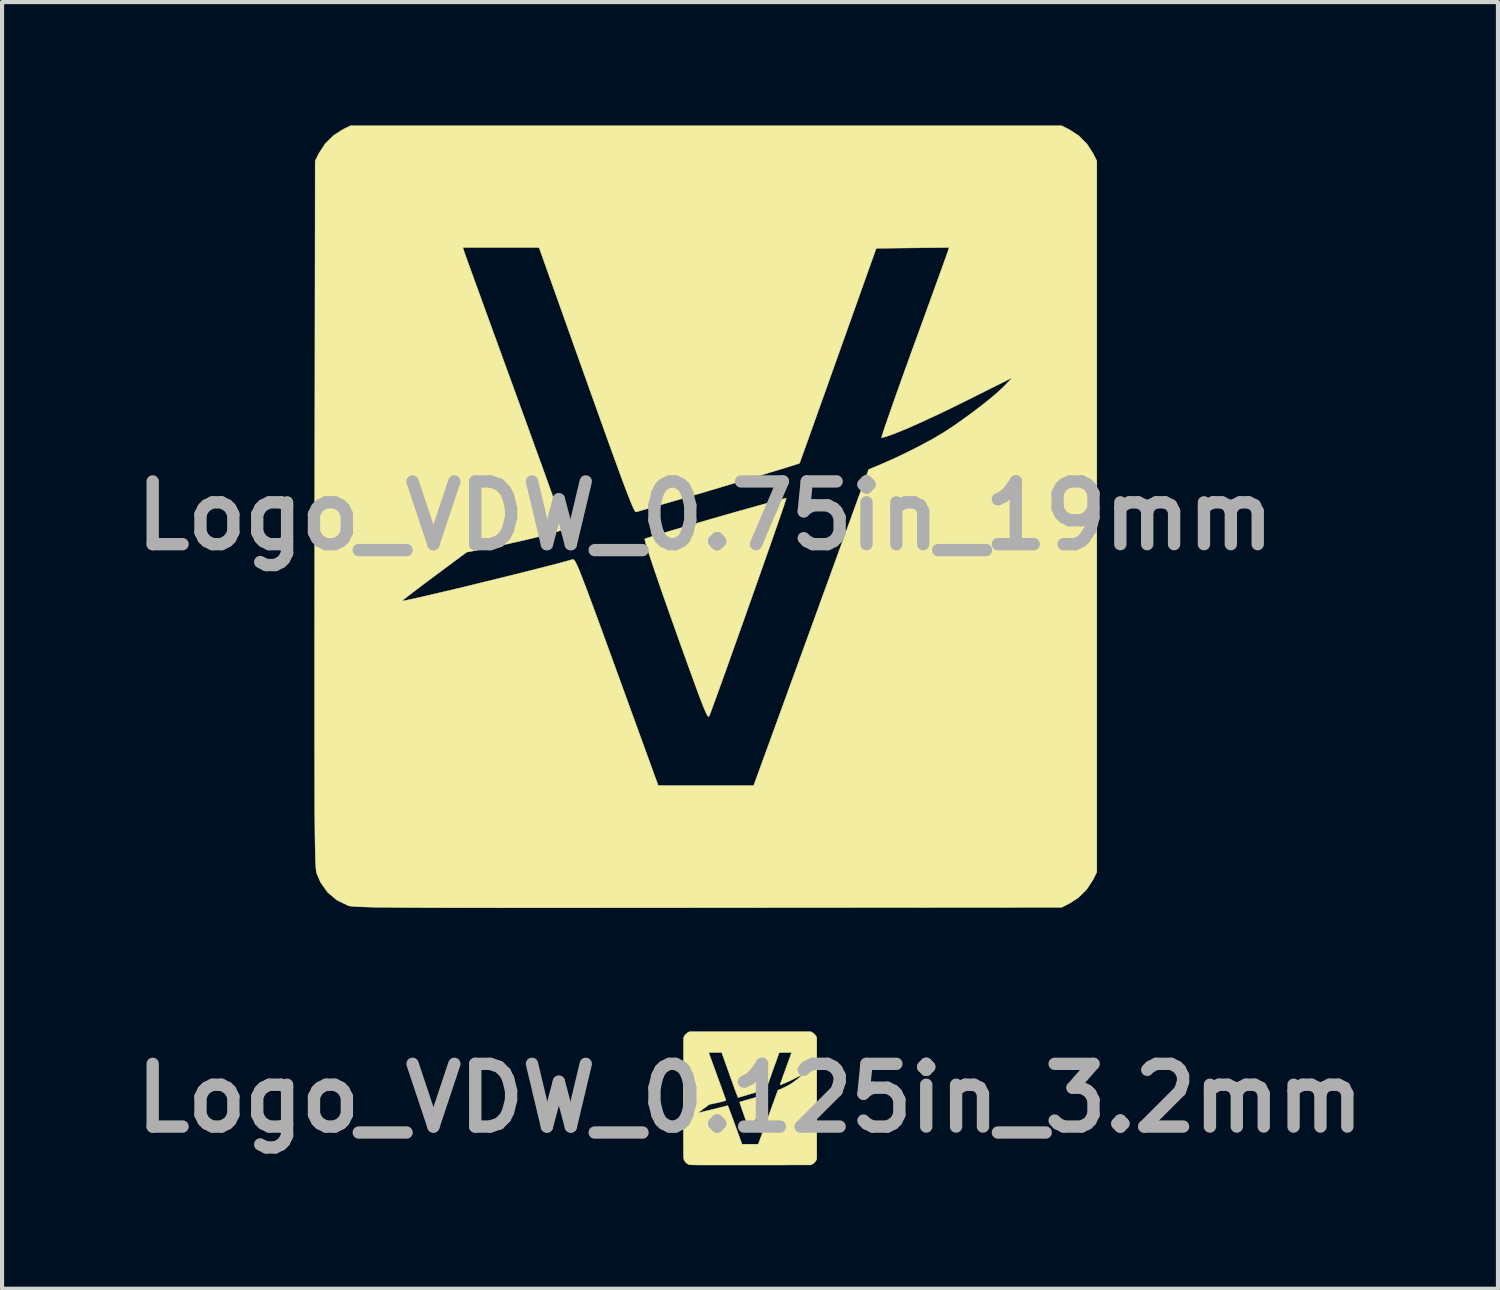
<source format=kicad_pcb>
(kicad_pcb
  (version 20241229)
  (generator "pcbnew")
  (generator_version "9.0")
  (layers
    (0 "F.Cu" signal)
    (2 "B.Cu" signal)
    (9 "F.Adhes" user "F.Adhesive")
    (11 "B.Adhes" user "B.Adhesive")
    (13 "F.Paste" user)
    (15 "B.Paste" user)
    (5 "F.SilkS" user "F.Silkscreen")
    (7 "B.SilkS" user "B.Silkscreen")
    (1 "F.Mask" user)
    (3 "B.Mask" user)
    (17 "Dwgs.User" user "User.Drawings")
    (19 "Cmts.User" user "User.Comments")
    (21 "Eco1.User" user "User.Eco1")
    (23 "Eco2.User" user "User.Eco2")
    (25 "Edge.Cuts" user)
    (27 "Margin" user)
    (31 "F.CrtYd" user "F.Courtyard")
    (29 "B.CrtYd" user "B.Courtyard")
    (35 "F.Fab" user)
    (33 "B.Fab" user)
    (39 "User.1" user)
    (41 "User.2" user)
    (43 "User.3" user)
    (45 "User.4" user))
  (footprint "Logo_VDW_0.75in_19mm"
    (layer "F.Cu")
    (at 14.086 9.483)
    (property "Reference" "Logo_VDW_0.75in_19mm" (at 0 0 0) (layer "F.Fab") (effects (font (size 1.524 1.524) (thickness 0.3))))
    (attr through_hole)
    (fp_poly (pts (xy 1.96 -0.389) (xy 1.927 -0.29) (xy 1.874 -0.133) (xy 1.803 0.074) (xy 1.716 0.324) (xy 1.616 0.612) (xy 1.504 0.929) (xy 1.384 1.271) (xy 1.257 1.63) (xy 1.127 2) (xy 0.995 2.373) (xy 0.863 2.744) (xy 0.734 3.106) (xy 0.611 3.451) (xy 0.496 3.775) (xy 0.39 4.069) (xy 0.297 4.327) (xy 0.218 4.543) (xy 0.157 4.711) (xy 0.115 4.822) (xy 0.095 4.87) (xy 0.084 4.881) (xy 0.068 4.872) (xy 0.046 4.84) (xy 0.015 4.778) (xy -0.026 4.683) (xy -0.079 4.55) (xy -0.147 4.374) (xy -0.229 4.151) (xy -0.33 3.875) (xy -0.45 3.542) (xy -0.592 3.148) (xy -0.725 2.774) (xy -0.88 2.338) (xy -1.02 1.94) (xy -1.143 1.584) (xy -1.249 1.274) (xy -1.336 1.014) (xy -1.403 0.809) (xy -1.447 0.663) (xy -1.468 0.58) (xy -1.468 0.562) (xy -1.427 0.546) (xy -1.323 0.512) (xy -1.165 0.463) (xy -0.961 0.402) (xy -0.72 0.331) (xy -0.451 0.252) (xy -0.162 0.168) (xy 0.139 0.081) (xy 0.443 -0.007) (xy 0.742 -0.092) (xy 1.027 -0.172) (xy 1.289 -0.246) (xy 1.521 -0.31) (xy 1.713 -0.363) (xy 1.858 -0.401) (xy 1.946 -0.422) (xy 1.97 -0.425) (xy 1.96 -0.389)) (stroke (width 0.01) (type solid)) (fill yes) (layer "F.SilkS"))
    (fp_poly (pts (xy 8.845 -9.386) (xy 9.08 -9.233) (xy 9.283 -9.027) (xy 9.423 -8.808) (xy 9.516 -8.622) (xy 9.516 8.659) (xy 9.423 8.845) (xy 9.27 9.08) (xy 9.064 9.283) (xy 8.845 9.423) (xy 8.659 9.516) (xy 0.074 9.523) (xy -0.875 9.524) (xy -1.753 9.525) (xy -2.563 9.525) (xy -3.306 9.526) (xy -3.986 9.526) (xy -4.606 9.526) (xy -5.168 9.525) (xy -5.676 9.525) (xy -6.132 9.524) (xy -6.539 9.523) (xy -6.9 9.522) (xy -7.218 9.52) (xy -7.495 9.518) (xy -7.735 9.515) (xy -7.939 9.513) (xy -8.112 9.51) (xy -8.256 9.506) (xy -8.374 9.502) (xy -8.468 9.498) (xy -8.541 9.493) (xy -8.597 9.488) (xy -8.638 9.482) (xy -8.666 9.476) (xy -8.678 9.472) (xy -8.949 9.34) (xy -9.174 9.151) (xy -9.345 8.912) (xy -9.439 8.694) (xy -9.445 8.669) (xy -9.452 8.634) (xy -9.457 8.587) (xy -9.462 8.524) (xy -9.467 8.443) (xy -9.471 8.341) (xy -9.475 8.215) (xy -9.478 8.062) (xy -9.481 7.879) (xy -9.484 7.663) (xy -9.486 7.413) (xy -9.488 7.124) (xy -9.489 6.793) (xy -9.49 6.419) (xy -9.491 5.998) (xy -9.492 5.528) (xy -9.492 5.005) (xy -9.492 4.426) (xy -9.492 3.789) (xy -9.492 3.091) (xy -9.491 2.329) (xy -9.491 2.069) (xy -7.366 2.069) (xy -7.326 2.065) (xy -7.222 2.045) (xy -7.061 2.01) (xy -6.852 1.963) (xy -6.601 1.904) (xy -6.317 1.838) (xy -6.007 1.764) (xy -5.68 1.685) (xy -5.342 1.602) (xy -5.002 1.519) (xy -4.668 1.436) (xy -4.347 1.356) (xy -4.048 1.28) (xy -3.777 1.211) (xy -3.543 1.15) (xy -3.353 1.098) (xy -3.221 1.061) (xy -3.206 1.061) (xy -3.188 1.073) (xy -3.167 1.101) (xy -3.139 1.15) (xy -3.104 1.223) (xy -3.06 1.327) (xy -3.005 1.464) (xy -2.937 1.64) (xy -2.854 1.859) (xy -2.755 2.125) (xy -2.638 2.443) (xy -2.5 2.818) (xy -2.342 3.253) (xy -2.16 3.754) (xy -2.144 3.797) (xy -1.142 6.555) (xy 1.178 6.555) (xy 2.575 2.715) (xy 3.971 -1.124) (xy 4.304 -1.264) (xy 4.597 -1.394) (xy 4.913 -1.545) (xy 5.228 -1.705) (xy 5.521 -1.863) (xy 5.768 -2.008) (xy 5.787 -2.019) (xy 6.01 -2.165) (xy 6.252 -2.334) (xy 6.5 -2.515) (xy 6.738 -2.697) (xy 6.954 -2.87) (xy 7.133 -3.024) (xy 7.244 -3.129) (xy 7.467 -3.359) (xy 6.294 -2.773) (xy 5.945 -2.601) (xy 5.611 -2.441) (xy 5.297 -2.296) (xy 5.012 -2.168) (xy 4.763 -2.062) (xy 4.557 -1.98) (xy 4.4 -1.925) (xy 4.301 -1.9) (xy 4.286 -1.899) (xy 4.293 -1.933) (xy 4.324 -2.031) (xy 4.376 -2.188) (xy 4.448 -2.396) (xy 4.537 -2.651) (xy 4.641 -2.947) (xy 4.759 -3.277) (xy 4.888 -3.637) (xy 5.026 -4.019) (xy 5.065 -4.125) (xy 5.207 -4.515) (xy 5.342 -4.886) (xy 5.467 -5.232) (xy 5.581 -5.547) (xy 5.681 -5.823) (xy 5.765 -6.056) (xy 5.831 -6.239) (xy 5.876 -6.365) (xy 5.899 -6.429) (xy 5.901 -6.434) (xy 5.927 -6.519) (xy 4.156 -6.499) (xy 3.227 -3.892) (xy 3.077 -3.471) (xy 2.935 -3.071) (xy 2.801 -2.697) (xy 2.679 -2.355) (xy 2.57 -2.05) (xy 2.477 -1.788) (xy 2.4 -1.574) (xy 2.342 -1.414) (xy 2.306 -1.313) (xy 2.292 -1.276) (xy 2.292 -1.276) (xy 2.256 -1.263) (xy 2.156 -1.231) (xy 2.001 -1.183) (xy 1.801 -1.121) (xy 1.562 -1.049) (xy 1.294 -0.968) (xy 1.005 -0.881) (xy 0.704 -0.791) (xy 0.399 -0.7) (xy 0.097 -0.61) (xy -0.191 -0.525) (xy -0.459 -0.447) (xy -0.697 -0.377) (xy -0.726 -0.369) (xy -0.975 -0.297) (xy -1.202 -0.231) (xy -1.396 -0.175) (xy -1.548 -0.131) (xy -1.647 -0.102) (xy -1.68 -0.092) (xy -1.694 -0.099) (xy -1.715 -0.129) (xy -1.745 -0.186) (xy -1.784 -0.274) (xy -1.834 -0.397) (xy -1.897 -0.558) (xy -1.974 -0.761) (xy -2.067 -1.011) (xy -2.176 -1.31) (xy -2.304 -1.663) (xy -2.452 -2.074) (xy -2.621 -2.546) (xy -2.813 -3.082) (xy -2.889 -3.295) (xy -4.037 -6.518) (xy -5.889 -6.518) (xy -5.863 -6.434) (xy -5.847 -6.387) (xy -5.807 -6.276) (xy -5.745 -6.104) (xy -5.663 -5.878) (xy -5.563 -5.601) (xy -5.446 -5.28) (xy -5.315 -4.918) (xy -5.171 -4.521) (xy -5.015 -4.094) (xy -4.851 -3.642) (xy -4.679 -3.17) (xy -4.632 -3.041) (xy -4.459 -2.565) (xy -4.293 -2.109) (xy -4.137 -1.677) (xy -3.991 -1.275) (xy -3.858 -0.906) (xy -3.74 -0.577) (xy -3.638 -0.292) (xy -3.554 -0.057) (xy -3.49 0.126) (xy -3.447 0.249) (xy -3.427 0.309) (xy -3.426 0.313) (xy -3.461 0.337) (xy -3.56 0.373) (xy -3.714 0.419) (xy -3.913 0.473) (xy -4.149 0.533) (xy -4.412 0.596) (xy -4.694 0.66) (xy -4.985 0.723) (xy -5.263 0.779) (xy -5.797 0.885) (xy -6.587 1.472) (xy -6.797 1.628) (xy -6.985 1.77) (xy -7.143 1.891) (xy -7.265 1.985) (xy -7.341 2.046) (xy -7.366 2.069) (xy -9.491 2.069) (xy -9.49 1.5) (xy -9.489 0.602) (xy -9.489 -0.056) (xy -9.478 -8.622) (xy -9.386 -8.808) (xy -9.233 -9.043) (xy -9.027 -9.245) (xy -8.808 -9.386) (xy -8.622 -9.478) (xy 8.659 -9.478) (xy 8.845 -9.386)) (stroke (width 0.01) (type solid)) (fill yes) (layer "F.SilkS")))
  (footprint "Logo_VDW_0.125in_3.2mm"
    (layer "F.Cu")
    (at 15.175 23.635)
    (property "Reference" "Logo_VDW_0.125in_3.2mm" (at 0 0 0) (layer "F.Fab") (effects (font (size 1.524 1.524) (thickness 0.3))))
    (attr through_hole)
    (fp_poly (pts (xy 0.334 -0.066) (xy 0.329 -0.049) (xy 0.32 -0.023) (xy 0.307 0.013) (xy 0.293 0.055) (xy 0.275 0.104) (xy 0.256 0.158) (xy 0.236 0.217) (xy 0.214 0.278) (xy 0.192 0.341) (xy 0.17 0.405) (xy 0.147 0.468) (xy 0.125 0.53) (xy 0.104 0.588) (xy 0.084 0.644) (xy 0.066 0.694) (xy 0.051 0.738) (xy 0.037 0.775) (xy 0.027 0.803) (xy 0.02 0.822) (xy 0.016 0.83) (xy 0.014 0.832) (xy 0.012 0.831) (xy 0.008 0.825) (xy 0.003 0.815) (xy -0.004 0.798) (xy -0.014 0.776) (xy -0.025 0.746) (xy -0.039 0.708) (xy -0.056 0.661) (xy -0.077 0.604) (xy -0.101 0.537) (xy -0.124 0.473) (xy -0.15 0.399) (xy -0.174 0.331) (xy -0.195 0.27) (xy -0.213 0.217) (xy -0.228 0.173) (xy -0.239 0.138) (xy -0.247 0.113) (xy -0.25 0.099) (xy -0.25 0.096) (xy -0.243 0.093) (xy -0.226 0.087) (xy -0.199 0.079) (xy -0.164 0.069) (xy -0.123 0.056) (xy -0.077 0.043) (xy -0.028 0.029) (xy 0.024 0.014) (xy 0.076 -0.001) (xy 0.126 -0.016) (xy 0.175 -0.029) (xy 0.22 -0.042) (xy 0.259 -0.053) (xy 0.292 -0.062) (xy 0.317 -0.068) (xy 0.332 -0.072) (xy 0.336 -0.073) (xy 0.334 -0.066)) (stroke (width 0.01) (type solid)) (fill yes) (layer "F.SilkS"))
    (fp_poly (pts (xy 1.508 -1.6) (xy 1.548 -1.574) (xy 1.583 -1.539) (xy 1.607 -1.502) (xy 1.622 -1.47) (xy 1.622 1.476) (xy 1.607 1.508) (xy 1.58 1.548) (xy 1.545 1.583) (xy 1.508 1.607) (xy 1.476 1.622) (xy 0.013 1.624) (xy -0.149 1.624) (xy -0.299 1.624) (xy -0.437 1.624) (xy -0.564 1.624) (xy -0.68 1.624) (xy -0.785 1.624) (xy -0.881 1.624) (xy -0.968 1.624) (xy -1.046 1.624) (xy -1.115 1.624) (xy -1.176 1.623) (xy -1.231 1.623) (xy -1.278 1.623) (xy -1.319 1.622) (xy -1.354 1.622) (xy -1.383 1.621) (xy -1.408 1.621) (xy -1.428 1.62) (xy -1.444 1.619) (xy -1.456 1.619) (xy -1.466 1.618) (xy -1.473 1.617) (xy -1.478 1.616) (xy -1.48 1.615) (xy -1.526 1.592) (xy -1.564 1.56) (xy -1.593 1.52) (xy -1.609 1.482) (xy -1.61 1.478) (xy -1.611 1.472) (xy -1.612 1.464) (xy -1.613 1.453) (xy -1.614 1.44) (xy -1.615 1.422) (xy -1.615 1.401) (xy -1.616 1.374) (xy -1.617 1.343) (xy -1.617 1.307) (xy -1.617 1.264) (xy -1.618 1.215) (xy -1.618 1.158) (xy -1.618 1.094) (xy -1.618 1.023) (xy -1.618 0.942) (xy -1.618 0.853) (xy -1.618 0.755) (xy -1.618 0.646) (xy -1.618 0.527) (xy -1.618 0.397) (xy -1.618 0.353) (xy -1.256 0.353) (xy -1.249 0.352) (xy -1.231 0.349) (xy -1.204 0.343) (xy -1.168 0.335) (xy -1.125 0.325) (xy -1.077 0.313) (xy -1.024 0.301) (xy -0.968 0.287) (xy -0.911 0.273) (xy -0.853 0.259) (xy -0.796 0.245) (xy -0.741 0.231) (xy -0.69 0.218) (xy -0.644 0.206) (xy -0.604 0.196) (xy -0.572 0.187) (xy -0.549 0.181) (xy -0.547 0.181) (xy -0.544 0.183) (xy -0.54 0.188) (xy -0.535 0.196) (xy -0.529 0.209) (xy -0.522 0.226) (xy -0.512 0.25) (xy -0.501 0.28) (xy -0.487 0.317) (xy -0.47 0.362) (xy -0.45 0.417) (xy -0.426 0.48) (xy -0.399 0.555) (xy -0.368 0.64) (xy -0.366 0.647) (xy -0.195 1.118) (xy 0.201 1.118) (xy 0.677 -0.192) (xy 0.734 -0.216) (xy 0.784 -0.238) (xy 0.838 -0.263) (xy 0.891 -0.291) (xy 0.941 -0.318) (xy 0.983 -0.342) (xy 0.987 -0.344) (xy 1.025 -0.369) (xy 1.066 -0.398) (xy 1.108 -0.429) (xy 1.149 -0.46) (xy 1.186 -0.489) (xy 1.216 -0.516) (xy 1.235 -0.534) (xy 1.273 -0.573) (xy 1.073 -0.473) (xy 1.014 -0.443) (xy 0.957 -0.416) (xy 0.903 -0.391) (xy 0.855 -0.37) (xy 0.812 -0.352) (xy 0.777 -0.338) (xy 0.75 -0.328) (xy 0.733 -0.324) (xy 0.731 -0.324) (xy 0.732 -0.33) (xy 0.737 -0.346) (xy 0.746 -0.373) (xy 0.758 -0.409) (xy 0.774 -0.452) (xy 0.791 -0.502) (xy 0.811 -0.559) (xy 0.833 -0.62) (xy 0.857 -0.685) (xy 0.864 -0.703) (xy 0.888 -0.77) (xy 0.911 -0.833) (xy 0.932 -0.892) (xy 0.952 -0.946) (xy 0.969 -0.993) (xy 0.983 -1.033) (xy 0.994 -1.064) (xy 1.002 -1.085) (xy 1.006 -1.096) (xy 1.006 -1.097) (xy 1.011 -1.111) (xy 0.709 -1.108) (xy 0.55 -0.664) (xy 0.525 -0.592) (xy 0.5 -0.524) (xy 0.478 -0.46) (xy 0.457 -0.401) (xy 0.438 -0.35) (xy 0.422 -0.305) (xy 0.409 -0.268) (xy 0.399 -0.241) (xy 0.393 -0.224) (xy 0.391 -0.218) (xy 0.391 -0.218) (xy 0.385 -0.215) (xy 0.368 -0.21) (xy 0.341 -0.202) (xy 0.307 -0.191) (xy 0.266 -0.179) (xy 0.221 -0.165) (xy 0.171 -0.15) (xy 0.12 -0.135) (xy 0.068 -0.119) (xy 0.017 -0.104) (xy -0.033 -0.09) (xy -0.078 -0.076) (xy -0.119 -0.064) (xy -0.124 -0.063) (xy -0.166 -0.051) (xy -0.205 -0.039) (xy -0.238 -0.03) (xy -0.264 -0.022) (xy -0.281 -0.017) (xy -0.286 -0.016) (xy -0.289 -0.017) (xy -0.292 -0.022) (xy -0.297 -0.032) (xy -0.304 -0.047) (xy -0.313 -0.068) (xy -0.323 -0.095) (xy -0.337 -0.13) (xy -0.352 -0.172) (xy -0.371 -0.223) (xy -0.393 -0.284) (xy -0.418 -0.354) (xy -0.447 -0.434) (xy -0.48 -0.526) (xy -0.493 -0.562) (xy -0.688 -1.111) (xy -0.846 -1.111) (xy -1.004 -1.111) (xy -1 -1.097) (xy -0.997 -1.089) (xy -0.99 -1.07) (xy -0.98 -1.041) (xy -0.966 -1.002) (xy -0.949 -0.955) (xy -0.929 -0.9) (xy -0.906 -0.839) (xy -0.882 -0.771) (xy -0.855 -0.698) (xy -0.827 -0.621) (xy -0.798 -0.54) (xy -0.79 -0.518) (xy -0.76 -0.437) (xy -0.732 -0.36) (xy -0.705 -0.286) (xy -0.68 -0.217) (xy -0.658 -0.155) (xy -0.638 -0.098) (xy -0.62 -0.05) (xy -0.606 -0.01) (xy -0.595 0.021) (xy -0.588 0.042) (xy -0.584 0.053) (xy -0.584 0.053) (xy -0.59 0.057) (xy -0.607 0.064) (xy -0.633 0.071) (xy -0.667 0.081) (xy -0.707 0.091) (xy -0.752 0.102) (xy -0.8 0.113) (xy -0.85 0.123) (xy -0.897 0.133) (xy -0.988 0.151) (xy -1.123 0.251) (xy -1.159 0.278) (xy -1.191 0.302) (xy -1.218 0.322) (xy -1.239 0.338) (xy -1.252 0.349) (xy -1.256 0.353) (xy -1.618 0.353) (xy -1.618 0.256) (xy -1.618 0.103) (xy -1.618 -0.01) (xy -1.616 -1.47) (xy -1.6 -1.502) (xy -1.574 -1.542) (xy -1.539 -1.576) (xy -1.502 -1.6) (xy -1.47 -1.616) (xy 1.476 -1.616) (xy 1.508 -1.6)) (stroke (width 0.01) (type solid)) (fill yes) (layer "F.SilkS")))
  (gr_rect
    (start -3 -3)
    (end 33.349 28.265)
    (stroke (width 0.1) (type default))
    (fill no)
    (layer "Edge.Cuts")))
</source>
